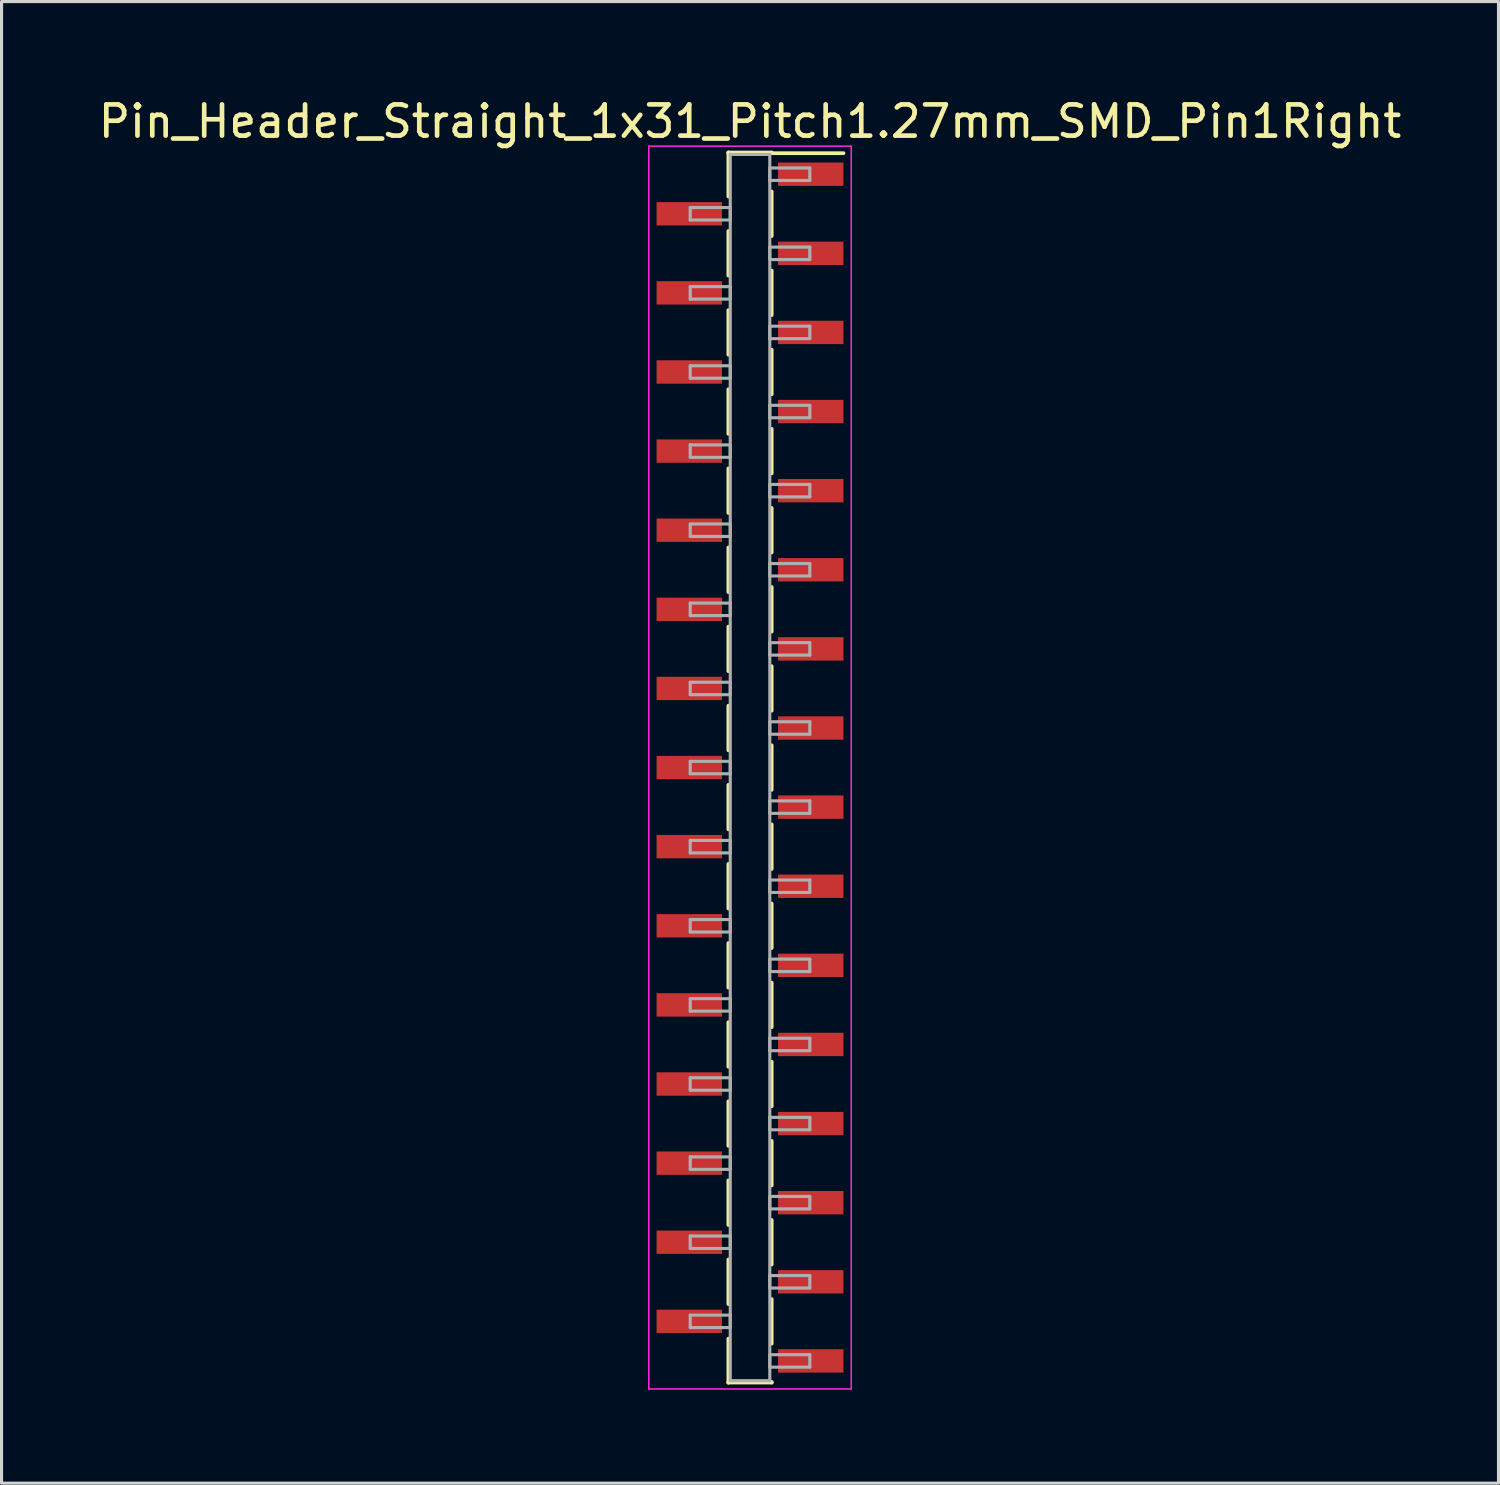
<source format=kicad_pcb>
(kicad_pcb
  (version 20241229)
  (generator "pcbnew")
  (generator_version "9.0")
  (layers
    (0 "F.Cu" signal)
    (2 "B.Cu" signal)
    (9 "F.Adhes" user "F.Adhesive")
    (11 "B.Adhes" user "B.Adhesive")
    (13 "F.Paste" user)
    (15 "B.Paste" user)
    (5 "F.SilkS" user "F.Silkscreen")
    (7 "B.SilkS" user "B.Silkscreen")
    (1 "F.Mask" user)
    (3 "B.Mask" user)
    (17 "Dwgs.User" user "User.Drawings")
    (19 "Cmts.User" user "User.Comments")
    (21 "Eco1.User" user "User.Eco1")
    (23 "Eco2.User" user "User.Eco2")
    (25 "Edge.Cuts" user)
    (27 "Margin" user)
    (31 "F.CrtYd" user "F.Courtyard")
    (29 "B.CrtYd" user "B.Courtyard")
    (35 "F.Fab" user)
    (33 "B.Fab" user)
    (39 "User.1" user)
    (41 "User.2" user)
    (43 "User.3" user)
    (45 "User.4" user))
  (footprint "Pin_Header_Straight_1x31_Pitch1.27mm_SMD_Pin1Right"
    (layer "F.Cu")
    (at 21.03 21.593)
    (property "Reference" "Pin_Header_Straight_1x31_Pitch1.27mm_SMD_Pin1Right" (at 0 -20.745 0) (layer "F.SilkS") (effects (font (size 1 1) (thickness 0.15))))
    (attr smd)
    (fp_line (start -0.695 -19.745) (end -0.695 -18.335) (stroke (width 0.12) (type solid)) (layer "F.SilkS"))
    (fp_line (start -0.695 -19.745) (end 0.695 -19.745) (stroke (width 0.12) (type solid)) (layer "F.SilkS"))
    (fp_line (start -0.695 -19.725) (end -0.695 -19.745) (stroke (width 0.12) (type solid)) (layer "F.SilkS"))
    (fp_line (start -0.695 -17.225) (end -0.695 -15.795) (stroke (width 0.12) (type solid)) (layer "F.SilkS"))
    (fp_line (start -0.695 -14.685) (end -0.695 -13.255) (stroke (width 0.12) (type solid)) (layer "F.SilkS"))
    (fp_line (start -0.695 -12.145) (end -0.695 -10.715) (stroke (width 0.12) (type solid)) (layer "F.SilkS"))
    (fp_line (start -0.695 -9.605) (end -0.695 -8.175) (stroke (width 0.12) (type solid)) (layer "F.SilkS"))
    (fp_line (start -0.695 -7.065) (end -0.695 -5.635) (stroke (width 0.12) (type solid)) (layer "F.SilkS"))
    (fp_line (start -0.695 -4.525) (end -0.695 -3.095) (stroke (width 0.12) (type solid)) (layer "F.SilkS"))
    (fp_line (start -0.695 -1.985) (end -0.695 -0.555) (stroke (width 0.12) (type solid)) (layer "F.SilkS"))
    (fp_line (start -0.695 0.555) (end -0.695 1.985) (stroke (width 0.12) (type solid)) (layer "F.SilkS"))
    (fp_line (start -0.695 3.095) (end -0.695 4.525) (stroke (width 0.12) (type solid)) (layer "F.SilkS"))
    (fp_line (start -0.695 5.635) (end -0.695 7.065) (stroke (width 0.12) (type solid)) (layer "F.SilkS"))
    (fp_line (start -0.695 8.175) (end -0.695 9.605) (stroke (width 0.12) (type solid)) (layer "F.SilkS"))
    (fp_line (start -0.695 10.715) (end -0.695 12.145) (stroke (width 0.12) (type solid)) (layer "F.SilkS"))
    (fp_line (start -0.695 13.255) (end -0.695 14.685) (stroke (width 0.12) (type solid)) (layer "F.SilkS"))
    (fp_line (start -0.695 15.795) (end -0.695 17.225) (stroke (width 0.12) (type solid)) (layer "F.SilkS"))
    (fp_line (start -0.695 18.335) (end -0.695 19.745) (stroke (width 0.12) (type solid)) (layer "F.SilkS"))
    (fp_line (start -0.695 19.725) (end -0.695 19.745) (stroke (width 0.12) (type solid)) (layer "F.SilkS"))
    (fp_line (start -0.695 19.745) (end 0.695 19.745) (stroke (width 0.12) (type solid)) (layer "F.SilkS"))
    (fp_line (start 0.695 -19.745) (end 0.695 -19.725) (stroke (width 0.12) (type solid)) (layer "F.SilkS"))
    (fp_line (start 0.695 -19.725) (end 3 -19.725) (stroke (width 0.12) (type solid)) (layer "F.SilkS"))
    (fp_line (start 0.695 -18.495) (end 0.695 -17.065) (stroke (width 0.12) (type solid)) (layer "F.SilkS"))
    (fp_line (start 0.695 -15.955) (end 0.695 -14.525) (stroke (width 0.12) (type solid)) (layer "F.SilkS"))
    (fp_line (start 0.695 -13.415) (end 0.695 -11.985) (stroke (width 0.12) (type solid)) (layer "F.SilkS"))
    (fp_line (start 0.695 -10.875) (end 0.695 -9.445) (stroke (width 0.12) (type solid)) (layer "F.SilkS"))
    (fp_line (start 0.695 -8.335) (end 0.695 -6.905) (stroke (width 0.12) (type solid)) (layer "F.SilkS"))
    (fp_line (start 0.695 -5.795) (end 0.695 -4.365) (stroke (width 0.12) (type solid)) (layer "F.SilkS"))
    (fp_line (start 0.695 -3.255) (end 0.695 -1.825) (stroke (width 0.12) (type solid)) (layer "F.SilkS"))
    (fp_line (start 0.695 -0.715) (end 0.695 0.715) (stroke (width 0.12) (type solid)) (layer "F.SilkS"))
    (fp_line (start 0.695 1.825) (end 0.695 3.255) (stroke (width 0.12) (type solid)) (layer "F.SilkS"))
    (fp_line (start 0.695 4.365) (end 0.695 5.795) (stroke (width 0.12) (type solid)) (layer "F.SilkS"))
    (fp_line (start 0.695 6.905) (end 0.695 8.335) (stroke (width 0.12) (type solid)) (layer "F.SilkS"))
    (fp_line (start 0.695 9.445) (end 0.695 10.875) (stroke (width 0.12) (type solid)) (layer "F.SilkS"))
    (fp_line (start 0.695 11.985) (end 0.695 13.415) (stroke (width 0.12) (type solid)) (layer "F.SilkS"))
    (fp_line (start 0.695 14.525) (end 0.695 15.955) (stroke (width 0.12) (type solid)) (layer "F.SilkS"))
    (fp_line (start 0.695 17.065) (end 0.695 18.495) (stroke (width 0.12) (type solid)) (layer "F.SilkS"))
    (fp_line (start 0.695 19.745) (end 0.695 19.725) (stroke (width 0.12) (type solid)) (layer "F.SilkS"))
    (fp_line (start -3.25 -19.95) (end -3.25 19.95) (stroke (width 0.05) (type solid)) (layer "F.CrtYd"))
    (fp_line (start -3.25 19.95) (end 3.25 19.95) (stroke (width 0.05) (type solid)) (layer "F.CrtYd"))
    (fp_line (start 3.25 -19.95) (end -3.25 -19.95) (stroke (width 0.05) (type solid)) (layer "F.CrtYd"))
    (fp_line (start 3.25 19.95) (end 3.25 -19.95) (stroke (width 0.05) (type solid)) (layer "F.CrtYd"))
    (fp_line (start -1.92 -17.98) (end -0.635 -17.98) (stroke (width 0.1) (type solid)) (layer "F.Fab"))
    (fp_line (start -1.92 -17.58) (end -1.92 -17.98) (stroke (width 0.1) (type solid)) (layer "F.Fab"))
    (fp_line (start -1.92 -15.44) (end -0.635 -15.44) (stroke (width 0.1) (type solid)) (layer "F.Fab"))
    (fp_line (start -1.92 -15.04) (end -1.92 -15.44) (stroke (width 0.1) (type solid)) (layer "F.Fab"))
    (fp_line (start -1.92 -12.9) (end -0.635 -12.9) (stroke (width 0.1) (type solid)) (layer "F.Fab"))
    (fp_line (start -1.92 -12.5) (end -1.92 -12.9) (stroke (width 0.1) (type solid)) (layer "F.Fab"))
    (fp_line (start -1.92 -10.36) (end -0.635 -10.36) (stroke (width 0.1) (type solid)) (layer "F.Fab"))
    (fp_line (start -1.92 -9.96) (end -1.92 -10.36) (stroke (width 0.1) (type solid)) (layer "F.Fab"))
    (fp_line (start -1.92 -7.82) (end -0.635 -7.82) (stroke (width 0.1) (type solid)) (layer "F.Fab"))
    (fp_line (start -1.92 -7.42) (end -1.92 -7.82) (stroke (width 0.1) (type solid)) (layer "F.Fab"))
    (fp_line (start -1.92 -5.28) (end -0.635 -5.28) (stroke (width 0.1) (type solid)) (layer "F.Fab"))
    (fp_line (start -1.92 -4.88) (end -1.92 -5.28) (stroke (width 0.1) (type solid)) (layer "F.Fab"))
    (fp_line (start -1.92 -2.74) (end -0.635 -2.74) (stroke (width 0.1) (type solid)) (layer "F.Fab"))
    (fp_line (start -1.92 -2.34) (end -1.92 -2.74) (stroke (width 0.1) (type solid)) (layer "F.Fab"))
    (fp_line (start -1.92 -0.2) (end -0.635 -0.2) (stroke (width 0.1) (type solid)) (layer "F.Fab"))
    (fp_line (start -1.92 0.2) (end -1.92 -0.2) (stroke (width 0.1) (type solid)) (layer "F.Fab"))
    (fp_line (start -1.92 2.34) (end -0.635 2.34) (stroke (width 0.1) (type solid)) (layer "F.Fab"))
    (fp_line (start -1.92 2.74) (end -1.92 2.34) (stroke (width 0.1) (type solid)) (layer "F.Fab"))
    (fp_line (start -1.92 4.88) (end -0.635 4.88) (stroke (width 0.1) (type solid)) (layer "F.Fab"))
    (fp_line (start -1.92 5.28) (end -1.92 4.88) (stroke (width 0.1) (type solid)) (layer "F.Fab"))
    (fp_line (start -1.92 7.42) (end -0.635 7.42) (stroke (width 0.1) (type solid)) (layer "F.Fab"))
    (fp_line (start -1.92 7.82) (end -1.92 7.42) (stroke (width 0.1) (type solid)) (layer "F.Fab"))
    (fp_line (start -1.92 9.96) (end -0.635 9.96) (stroke (width 0.1) (type solid)) (layer "F.Fab"))
    (fp_line (start -1.92 10.36) (end -1.92 9.96) (stroke (width 0.1) (type solid)) (layer "F.Fab"))
    (fp_line (start -1.92 12.5) (end -0.635 12.5) (stroke (width 0.1) (type solid)) (layer "F.Fab"))
    (fp_line (start -1.92 12.9) (end -1.92 12.5) (stroke (width 0.1) (type solid)) (layer "F.Fab"))
    (fp_line (start -1.92 15.04) (end -0.635 15.04) (stroke (width 0.1) (type solid)) (layer "F.Fab"))
    (fp_line (start -1.92 15.44) (end -1.92 15.04) (stroke (width 0.1) (type solid)) (layer "F.Fab"))
    (fp_line (start -1.92 17.58) (end -0.635 17.58) (stroke (width 0.1) (type solid)) (layer "F.Fab"))
    (fp_line (start -1.92 17.98) (end -1.92 17.58) (stroke (width 0.1) (type solid)) (layer "F.Fab"))
    (fp_line (start -0.635 -19.685) (end -0.635 19.685) (stroke (width 0.1) (type solid)) (layer "F.Fab"))
    (fp_line (start -0.635 -17.98) (end -0.635 -17.58) (stroke (width 0.1) (type solid)) (layer "F.Fab"))
    (fp_line (start -0.635 -17.58) (end -1.92 -17.58) (stroke (width 0.1) (type solid)) (layer "F.Fab"))
    (fp_line (start -0.635 -15.44) (end -0.635 -15.04) (stroke (width 0.1) (type solid)) (layer "F.Fab"))
    (fp_line (start -0.635 -15.04) (end -1.92 -15.04) (stroke (width 0.1) (type solid)) (layer "F.Fab"))
    (fp_line (start -0.635 -12.9) (end -0.635 -12.5) (stroke (width 0.1) (type solid)) (layer "F.Fab"))
    (fp_line (start -0.635 -12.5) (end -1.92 -12.5) (stroke (width 0.1) (type solid)) (layer "F.Fab"))
    (fp_line (start -0.635 -10.36) (end -0.635 -9.96) (stroke (width 0.1) (type solid)) (layer "F.Fab"))
    (fp_line (start -0.635 -9.96) (end -1.92 -9.96) (stroke (width 0.1) (type solid)) (layer "F.Fab"))
    (fp_line (start -0.635 -7.82) (end -0.635 -7.42) (stroke (width 0.1) (type solid)) (layer "F.Fab"))
    (fp_line (start -0.635 -7.42) (end -1.92 -7.42) (stroke (width 0.1) (type solid)) (layer "F.Fab"))
    (fp_line (start -0.635 -5.28) (end -0.635 -4.88) (stroke (width 0.1) (type solid)) (layer "F.Fab"))
    (fp_line (start -0.635 -4.88) (end -1.92 -4.88) (stroke (width 0.1) (type solid)) (layer "F.Fab"))
    (fp_line (start -0.635 -2.74) (end -0.635 -2.34) (stroke (width 0.1) (type solid)) (layer "F.Fab"))
    (fp_line (start -0.635 -2.34) (end -1.92 -2.34) (stroke (width 0.1) (type solid)) (layer "F.Fab"))
    (fp_line (start -0.635 -0.2) (end -0.635 0.2) (stroke (width 0.1) (type solid)) (layer "F.Fab"))
    (fp_line (start -0.635 0.2) (end -1.92 0.2) (stroke (width 0.1) (type solid)) (layer "F.Fab"))
    (fp_line (start -0.635 2.34) (end -0.635 2.74) (stroke (width 0.1) (type solid)) (layer "F.Fab"))
    (fp_line (start -0.635 2.74) (end -1.92 2.74) (stroke (width 0.1) (type solid)) (layer "F.Fab"))
    (fp_line (start -0.635 4.88) (end -0.635 5.28) (stroke (width 0.1) (type solid)) (layer "F.Fab"))
    (fp_line (start -0.635 5.28) (end -1.92 5.28) (stroke (width 0.1) (type solid)) (layer "F.Fab"))
    (fp_line (start -0.635 7.42) (end -0.635 7.82) (stroke (width 0.1) (type solid)) (layer "F.Fab"))
    (fp_line (start -0.635 7.82) (end -1.92 7.82) (stroke (width 0.1) (type solid)) (layer "F.Fab"))
    (fp_line (start -0.635 9.96) (end -0.635 10.36) (stroke (width 0.1) (type solid)) (layer "F.Fab"))
    (fp_line (start -0.635 10.36) (end -1.92 10.36) (stroke (width 0.1) (type solid)) (layer "F.Fab"))
    (fp_line (start -0.635 12.5) (end -0.635 12.9) (stroke (width 0.1) (type solid)) (layer "F.Fab"))
    (fp_line (start -0.635 12.9) (end -1.92 12.9) (stroke (width 0.1) (type solid)) (layer "F.Fab"))
    (fp_line (start -0.635 15.04) (end -0.635 15.44) (stroke (width 0.1) (type solid)) (layer "F.Fab"))
    (fp_line (start -0.635 15.44) (end -1.92 15.44) (stroke (width 0.1) (type solid)) (layer "F.Fab"))
    (fp_line (start -0.635 17.58) (end -0.635 17.98) (stroke (width 0.1) (type solid)) (layer "F.Fab"))
    (fp_line (start -0.635 17.98) (end -1.92 17.98) (stroke (width 0.1) (type solid)) (layer "F.Fab"))
    (fp_line (start -0.635 19.685) (end 0.635 19.685) (stroke (width 0.1) (type solid)) (layer "F.Fab"))
    (fp_line (start 0.635 -19.685) (end -0.635 -19.685) (stroke (width 0.1) (type solid)) (layer "F.Fab"))
    (fp_line (start 0.635 -19.25) (end 0.635 -18.85) (stroke (width 0.1) (type solid)) (layer "F.Fab"))
    (fp_line (start 0.635 -18.85) (end 1.92 -18.85) (stroke (width 0.1) (type solid)) (layer "F.Fab"))
    (fp_line (start 0.635 -16.71) (end 0.635 -16.31) (stroke (width 0.1) (type solid)) (layer "F.Fab"))
    (fp_line (start 0.635 -16.31) (end 1.92 -16.31) (stroke (width 0.1) (type solid)) (layer "F.Fab"))
    (fp_line (start 0.635 -14.17) (end 0.635 -13.77) (stroke (width 0.1) (type solid)) (layer "F.Fab"))
    (fp_line (start 0.635 -13.77) (end 1.92 -13.77) (stroke (width 0.1) (type solid)) (layer "F.Fab"))
    (fp_line (start 0.635 -11.63) (end 0.635 -11.23) (stroke (width 0.1) (type solid)) (layer "F.Fab"))
    (fp_line (start 0.635 -11.23) (end 1.92 -11.23) (stroke (width 0.1) (type solid)) (layer "F.Fab"))
    (fp_line (start 0.635 -9.09) (end 0.635 -8.69) (stroke (width 0.1) (type solid)) (layer "F.Fab"))
    (fp_line (start 0.635 -8.69) (end 1.92 -8.69) (stroke (width 0.1) (type solid)) (layer "F.Fab"))
    (fp_line (start 0.635 -6.55) (end 0.635 -6.15) (stroke (width 0.1) (type solid)) (layer "F.Fab"))
    (fp_line (start 0.635 -6.15) (end 1.92 -6.15) (stroke (width 0.1) (type solid)) (layer "F.Fab"))
    (fp_line (start 0.635 -4.01) (end 0.635 -3.61) (stroke (width 0.1) (type solid)) (layer "F.Fab"))
    (fp_line (start 0.635 -3.61) (end 1.92 -3.61) (stroke (width 0.1) (type solid)) (layer "F.Fab"))
    (fp_line (start 0.635 -1.47) (end 0.635 -1.07) (stroke (width 0.1) (type solid)) (layer "F.Fab"))
    (fp_line (start 0.635 -1.07) (end 1.92 -1.07) (stroke (width 0.1) (type solid)) (layer "F.Fab"))
    (fp_line (start 0.635 1.07) (end 0.635 1.47) (stroke (width 0.1) (type solid)) (layer "F.Fab"))
    (fp_line (start 0.635 1.47) (end 1.92 1.47) (stroke (width 0.1) (type solid)) (layer "F.Fab"))
    (fp_line (start 0.635 3.61) (end 0.635 4.01) (stroke (width 0.1) (type solid)) (layer "F.Fab"))
    (fp_line (start 0.635 4.01) (end 1.92 4.01) (stroke (width 0.1) (type solid)) (layer "F.Fab"))
    (fp_line (start 0.635 6.15) (end 0.635 6.55) (stroke (width 0.1) (type solid)) (layer "F.Fab"))
    (fp_line (start 0.635 6.55) (end 1.92 6.55) (stroke (width 0.1) (type solid)) (layer "F.Fab"))
    (fp_line (start 0.635 8.69) (end 0.635 9.09) (stroke (width 0.1) (type solid)) (layer "F.Fab"))
    (fp_line (start 0.635 9.09) (end 1.92 9.09) (stroke (width 0.1) (type solid)) (layer "F.Fab"))
    (fp_line (start 0.635 11.23) (end 0.635 11.63) (stroke (width 0.1) (type solid)) (layer "F.Fab"))
    (fp_line (start 0.635 11.63) (end 1.92 11.63) (stroke (width 0.1) (type solid)) (layer "F.Fab"))
    (fp_line (start 0.635 13.77) (end 0.635 14.17) (stroke (width 0.1) (type solid)) (layer "F.Fab"))
    (fp_line (start 0.635 14.17) (end 1.92 14.17) (stroke (width 0.1) (type solid)) (layer "F.Fab"))
    (fp_line (start 0.635 16.31) (end 0.635 16.71) (stroke (width 0.1) (type solid)) (layer "F.Fab"))
    (fp_line (start 0.635 16.71) (end 1.92 16.71) (stroke (width 0.1) (type solid)) (layer "F.Fab"))
    (fp_line (start 0.635 18.85) (end 0.635 19.25) (stroke (width 0.1) (type solid)) (layer "F.Fab"))
    (fp_line (start 0.635 19.25) (end 1.92 19.25) (stroke (width 0.1) (type solid)) (layer "F.Fab"))
    (fp_line (start 0.635 19.685) (end 0.635 -19.685) (stroke (width 0.1) (type solid)) (layer "F.Fab"))
    (fp_line (start 1.92 -19.25) (end 0.635 -19.25) (stroke (width 0.1) (type solid)) (layer "F.Fab"))
    (fp_line (start 1.92 -18.85) (end 1.92 -19.25) (stroke (width 0.1) (type solid)) (layer "F.Fab"))
    (fp_line (start 1.92 -16.71) (end 0.635 -16.71) (stroke (width 0.1) (type solid)) (layer "F.Fab"))
    (fp_line (start 1.92 -16.31) (end 1.92 -16.71) (stroke (width 0.1) (type solid)) (layer "F.Fab"))
    (fp_line (start 1.92 -14.17) (end 0.635 -14.17) (stroke (width 0.1) (type solid)) (layer "F.Fab"))
    (fp_line (start 1.92 -13.77) (end 1.92 -14.17) (stroke (width 0.1) (type solid)) (layer "F.Fab"))
    (fp_line (start 1.92 -11.63) (end 0.635 -11.63) (stroke (width 0.1) (type solid)) (layer "F.Fab"))
    (fp_line (start 1.92 -11.23) (end 1.92 -11.63) (stroke (width 0.1) (type solid)) (layer "F.Fab"))
    (fp_line (start 1.92 -9.09) (end 0.635 -9.09) (stroke (width 0.1) (type solid)) (layer "F.Fab"))
    (fp_line (start 1.92 -8.69) (end 1.92 -9.09) (stroke (width 0.1) (type solid)) (layer "F.Fab"))
    (fp_line (start 1.92 -6.55) (end 0.635 -6.55) (stroke (width 0.1) (type solid)) (layer "F.Fab"))
    (fp_line (start 1.92 -6.15) (end 1.92 -6.55) (stroke (width 0.1) (type solid)) (layer "F.Fab"))
    (fp_line (start 1.92 -4.01) (end 0.635 -4.01) (stroke (width 0.1) (type solid)) (layer "F.Fab"))
    (fp_line (start 1.92 -3.61) (end 1.92 -4.01) (stroke (width 0.1) (type solid)) (layer "F.Fab"))
    (fp_line (start 1.92 -1.47) (end 0.635 -1.47) (stroke (width 0.1) (type solid)) (layer "F.Fab"))
    (fp_line (start 1.92 -1.07) (end 1.92 -1.47) (stroke (width 0.1) (type solid)) (layer "F.Fab"))
    (fp_line (start 1.92 1.07) (end 0.635 1.07) (stroke (width 0.1) (type solid)) (layer "F.Fab"))
    (fp_line (start 1.92 1.47) (end 1.92 1.07) (stroke (width 0.1) (type solid)) (layer "F.Fab"))
    (fp_line (start 1.92 3.61) (end 0.635 3.61) (stroke (width 0.1) (type solid)) (layer "F.Fab"))
    (fp_line (start 1.92 4.01) (end 1.92 3.61) (stroke (width 0.1) (type solid)) (layer "F.Fab"))
    (fp_line (start 1.92 6.15) (end 0.635 6.15) (stroke (width 0.1) (type solid)) (layer "F.Fab"))
    (fp_line (start 1.92 6.55) (end 1.92 6.15) (stroke (width 0.1) (type solid)) (layer "F.Fab"))
    (fp_line (start 1.92 8.69) (end 0.635 8.69) (stroke (width 0.1) (type solid)) (layer "F.Fab"))
    (fp_line (start 1.92 9.09) (end 1.92 8.69) (stroke (width 0.1) (type solid)) (layer "F.Fab"))
    (fp_line (start 1.92 11.23) (end 0.635 11.23) (stroke (width 0.1) (type solid)) (layer "F.Fab"))
    (fp_line (start 1.92 11.63) (end 1.92 11.23) (stroke (width 0.1) (type solid)) (layer "F.Fab"))
    (fp_line (start 1.92 13.77) (end 0.635 13.77) (stroke (width 0.1) (type solid)) (layer "F.Fab"))
    (fp_line (start 1.92 14.17) (end 1.92 13.77) (stroke (width 0.1) (type solid)) (layer "F.Fab"))
    (fp_line (start 1.92 16.31) (end 0.635 16.31) (stroke (width 0.1) (type solid)) (layer "F.Fab"))
    (fp_line (start 1.92 16.71) (end 1.92 16.31) (stroke (width 0.1) (type solid)) (layer "F.Fab"))
    (fp_line (start 1.92 18.85) (end 0.635 18.85) (stroke (width 0.1) (type solid)) (layer "F.Fab"))
    (fp_line (start 1.92 19.25) (end 1.92 18.85) (stroke (width 0.1) (type solid)) (layer "F.Fab"))
    (pad "1" smd rect (at 1.95 -19.05) (size 2.1 0.75) (layers "F.Cu" "F.Mask"))
    (pad "2" smd rect (at -1.95 -17.78) (size 2.1 0.75) (layers "F.Cu" "F.Mask"))
    (pad "3" smd rect (at 1.95 -16.51) (size 2.1 0.75) (layers "F.Cu" "F.Mask"))
    (pad "4" smd rect (at -1.95 -15.24) (size 2.1 0.75) (layers "F.Cu" "F.Mask"))
    (pad "5" smd rect (at 1.95 -13.97) (size 2.1 0.75) (layers "F.Cu" "F.Mask"))
    (pad "6" smd rect (at -1.95 -12.7) (size 2.1 0.75) (layers "F.Cu" "F.Mask"))
    (pad "7" smd rect (at 1.95 -11.43) (size 2.1 0.75) (layers "F.Cu" "F.Mask"))
    (pad "8" smd rect (at -1.95 -10.16) (size 2.1 0.75) (layers "F.Cu" "F.Mask"))
    (pad "9" smd rect (at 1.95 -8.89) (size 2.1 0.75) (layers "F.Cu" "F.Mask"))
    (pad "10" smd rect (at -1.95 -7.62) (size 2.1 0.75) (layers "F.Cu" "F.Mask"))
    (pad "11" smd rect (at 1.95 -6.35) (size 2.1 0.75) (layers "F.Cu" "F.Mask"))
    (pad "12" smd rect (at -1.95 -5.08) (size 2.1 0.75) (layers "F.Cu" "F.Mask"))
    (pad "13" smd rect (at 1.95 -3.81) (size 2.1 0.75) (layers "F.Cu" "F.Mask"))
    (pad "14" smd rect (at -1.95 -2.54) (size 2.1 0.75) (layers "F.Cu" "F.Mask"))
    (pad "15" smd rect (at 1.95 -1.27) (size 2.1 0.75) (layers "F.Cu" "F.Mask"))
    (pad "16" smd rect (at -1.95 0) (size 2.1 0.75) (layers "F.Cu" "F.Mask"))
    (pad "17" smd rect (at 1.95 1.27) (size 2.1 0.75) (layers "F.Cu" "F.Mask"))
    (pad "18" smd rect (at -1.95 2.54) (size 2.1 0.75) (layers "F.Cu" "F.Mask"))
    (pad "19" smd rect (at 1.95 3.81) (size 2.1 0.75) (layers "F.Cu" "F.Mask"))
    (pad "20" smd rect (at -1.95 5.08) (size 2.1 0.75) (layers "F.Cu" "F.Mask"))
    (pad "21" smd rect (at 1.95 6.35) (size 2.1 0.75) (layers "F.Cu" "F.Mask"))
    (pad "22" smd rect (at -1.95 7.62) (size 2.1 0.75) (layers "F.Cu" "F.Mask"))
    (pad "23" smd rect (at 1.95 8.89) (size 2.1 0.75) (layers "F.Cu" "F.Mask"))
    (pad "24" smd rect (at -1.95 10.16) (size 2.1 0.75) (layers "F.Cu" "F.Mask"))
    (pad "25" smd rect (at 1.95 11.43) (size 2.1 0.75) (layers "F.Cu" "F.Mask"))
    (pad "26" smd rect (at -1.95 12.7) (size 2.1 0.75) (layers "F.Cu" "F.Mask"))
    (pad "27" smd rect (at 1.95 13.97) (size 2.1 0.75) (layers "F.Cu" "F.Mask"))
    (pad "28" smd rect (at -1.95 15.24) (size 2.1 0.75) (layers "F.Cu" "F.Mask"))
    (pad "29" smd rect (at 1.95 16.51) (size 2.1 0.75) (layers "F.Cu" "F.Mask"))
    (pad "30" smd rect (at -1.95 17.78) (size 2.1 0.75) (layers "F.Cu" "F.Mask"))
    (pad "31" smd rect (at 1.95 19.05) (size 2.1 0.75) (layers "F.Cu" "F.Mask")))
  (gr_rect
    (start -3 -3)
    (end 45.06 44.568)
    (stroke (width 0.1) (type default))
    (fill no)
    (layer "Edge.Cuts")))
</source>
